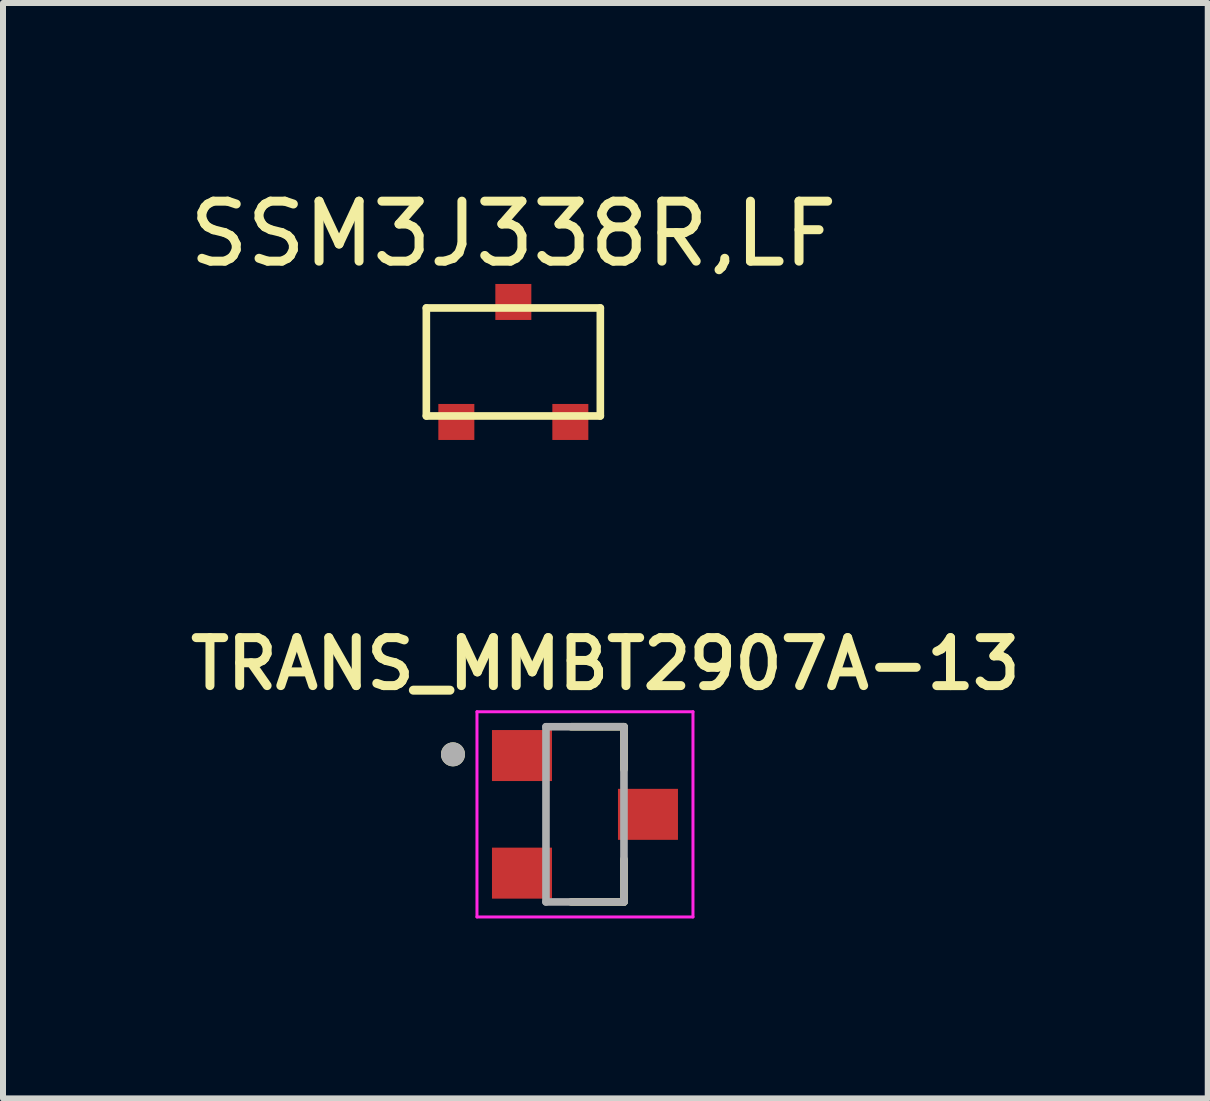
<source format=kicad_pcb>
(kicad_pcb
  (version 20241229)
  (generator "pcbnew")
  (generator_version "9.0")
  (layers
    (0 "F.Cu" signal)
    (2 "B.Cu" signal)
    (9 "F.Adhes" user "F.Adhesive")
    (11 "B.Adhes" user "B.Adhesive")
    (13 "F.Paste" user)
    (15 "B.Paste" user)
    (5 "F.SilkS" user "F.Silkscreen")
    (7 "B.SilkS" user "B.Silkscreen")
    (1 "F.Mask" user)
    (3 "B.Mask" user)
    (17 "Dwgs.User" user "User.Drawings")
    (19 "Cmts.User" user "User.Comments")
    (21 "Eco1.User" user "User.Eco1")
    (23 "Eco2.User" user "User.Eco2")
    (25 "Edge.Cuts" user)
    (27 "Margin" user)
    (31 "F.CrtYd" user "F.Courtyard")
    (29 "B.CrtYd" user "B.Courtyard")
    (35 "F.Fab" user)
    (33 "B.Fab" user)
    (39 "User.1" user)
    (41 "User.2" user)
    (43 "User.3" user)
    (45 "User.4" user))
  (footprint "SSM3J338R,LF"
    (layer "F.Cu")
    (at 5.506 2.983)
    (property "Reference" "SSM3J338R,LF" (at 0 -2.135 0) (layer "F.SilkS") (effects (font (size 1 1) (thickness 0.15))))
    (attr smd)
    (fp_line (start -1.45 -0.9) (end 1.45 -0.9) (stroke (width 0.127) (type solid)) (layer "F.SilkS"))
    (fp_line (start -1.45 0.9) (end -1.45 -0.9) (stroke (width 0.127) (type solid)) (layer "F.SilkS"))
    (fp_line (start 1.45 -0.9) (end 1.45 0.9) (stroke (width 0.127) (type solid)) (layer "F.SilkS"))
    (fp_line (start 1.45 0.9) (end -1.45 0.9) (stroke (width 0.127) (type solid)) (layer "F.SilkS"))
    (pad "1" smd rect (at -0.95 1 90) (size 0.6 0.6) (layers "F.Cu" "F.Mask" "F.Paste"))
    (pad "2" smd rect (at 0.95 1 90) (size 0.6 0.6) (layers "F.Cu" "F.Mask" "F.Paste"))
    (pad "3" smd rect (at 0 -1 90) (size 0.6 0.6) (layers "F.Cu" "F.Mask" "F.Paste")))
  (footprint "TRANS_MMBT2907A-13"
    (layer "F.Cu")
    (at 6.7 10.523)
    (property "Reference" "TRANS_MMBT2907A-13" (at 0.34 -2.508 0) (layer "F.SilkS") (effects (font (size 0.8 0.8) (thickness 0.15))))
    (attr smd)
    (fp_line (start 0.65 -1.46) (end -0.23 -1.46) (stroke (width 0.127) (type solid)) (layer "F.SilkS"))
    (fp_line (start 0.65 -0.75) (end 0.65 -1.46) (stroke (width 0.127) (type solid)) (layer "F.SilkS"))
    (fp_line (start 0.65 0.75) (end 0.65 1.46) (stroke (width 0.127) (type solid)) (layer "F.SilkS"))
    (fp_line (start 0.65 1.46) (end -0.23 1.46) (stroke (width 0.127) (type solid)) (layer "F.SilkS"))
    (fp_circle (center -2.2 -1) (end -2.1 -1) (stroke (width 0.2) (type solid)) (fill no) (layer "F.SilkS"))
    (fp_line (start -1.8 -1.71) (end 1.8 -1.71) (stroke (width 0.05) (type solid)) (layer "F.CrtYd"))
    (fp_line (start -1.8 1.71) (end -1.8 -1.71) (stroke (width 0.05) (type solid)) (layer "F.CrtYd"))
    (fp_line (start 1.8 -1.71) (end 1.8 1.71) (stroke (width 0.05) (type solid)) (layer "F.CrtYd"))
    (fp_line (start 1.8 1.71) (end -1.8 1.71) (stroke (width 0.05) (type solid)) (layer "F.CrtYd"))
    (fp_line (start -0.65 -1.46) (end -0.65 1.46) (stroke (width 0.127) (type solid)) (layer "F.Fab"))
    (fp_line (start -0.65 1.46) (end 0.65 1.46) (stroke (width 0.127) (type solid)) (layer "F.Fab"))
    (fp_line (start 0.65 -1.46) (end -0.65 -1.46) (stroke (width 0.127) (type solid)) (layer "F.Fab"))
    (fp_line (start 0.65 1.46) (end 0.65 -1.46) (stroke (width 0.127) (type solid)) (layer "F.Fab"))
    (fp_circle (center -2.2 -1) (end -2.1 -1) (stroke (width 0.2) (type solid)) (fill no) (layer "F.Fab"))
    (pad "1" smd rect (at -1.05 -0.98 270) (size 0.85 1) (layers "F.Cu" "F.Mask" "F.Paste"))
    (pad "2" smd rect (at -1.05 0.98 270) (size 0.85 1) (layers "F.Cu" "F.Mask" "F.Paste"))
    (pad "3" smd rect (at 1.05 0 270) (size 0.85 1) (layers "F.Cu" "F.Mask" "F.Paste")))
  (gr_rect
    (start -3 -3)
    (end 17.08 15.258)
    (stroke (width 0.1) (type default))
    (fill no)
    (layer "Edge.Cuts")))
</source>
